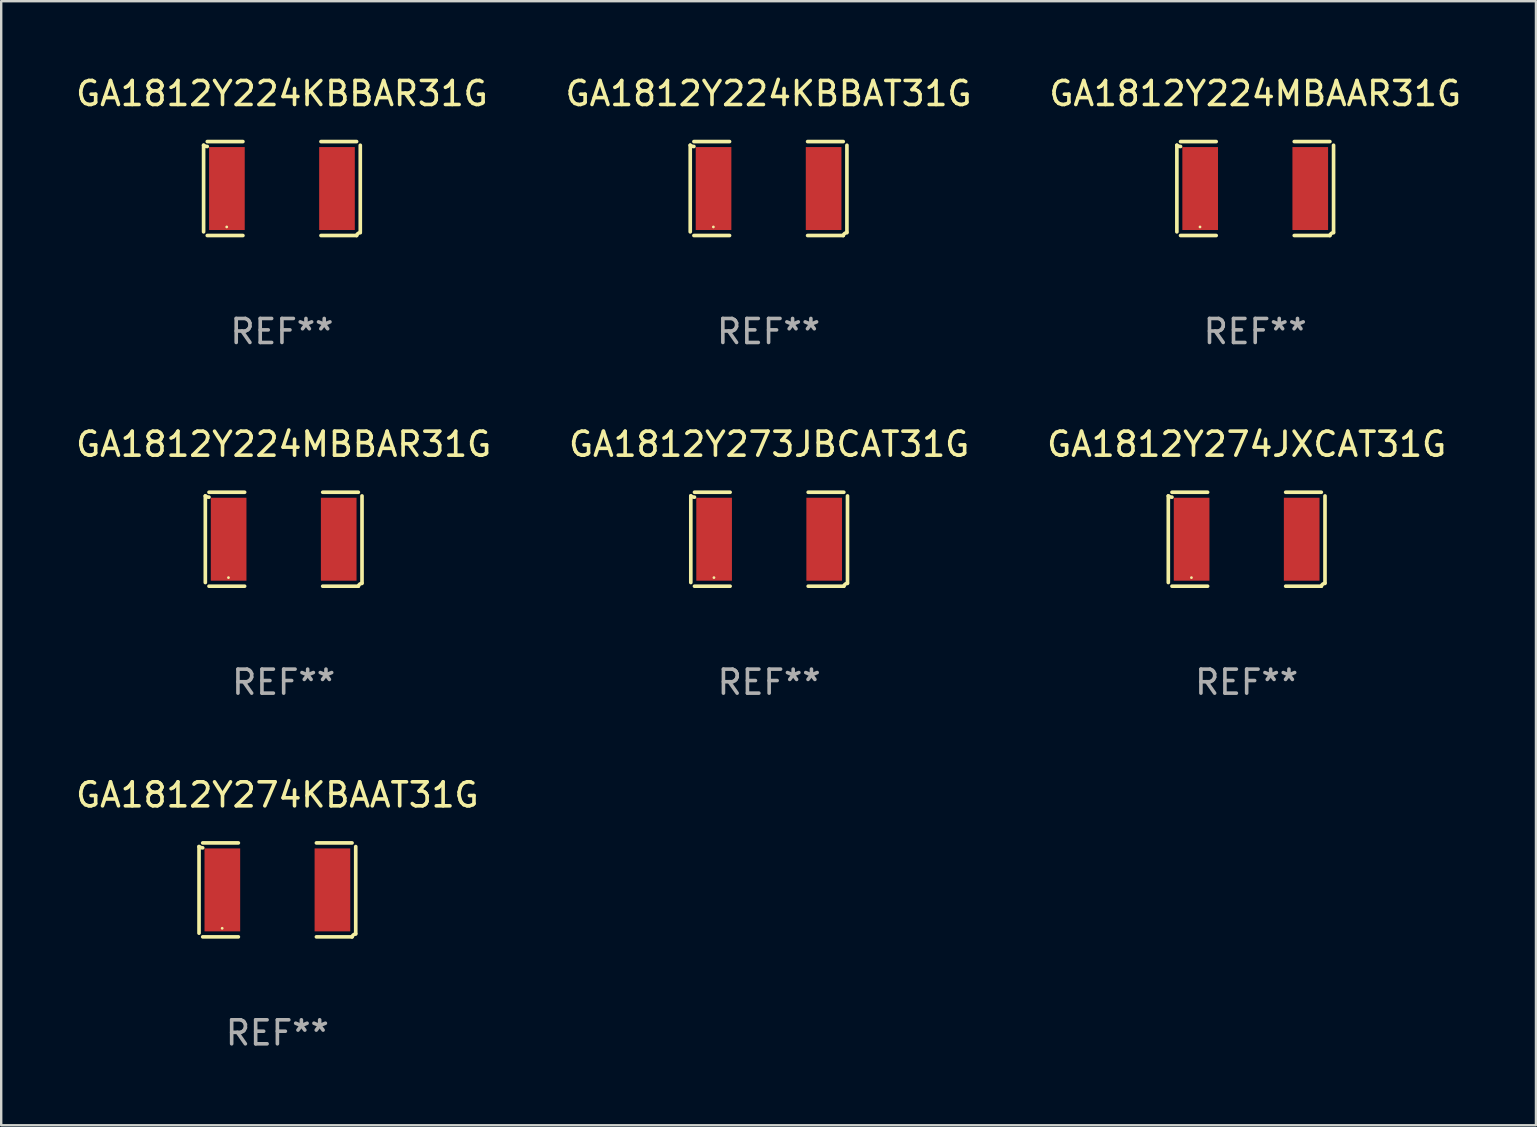
<source format=kicad_pcb>
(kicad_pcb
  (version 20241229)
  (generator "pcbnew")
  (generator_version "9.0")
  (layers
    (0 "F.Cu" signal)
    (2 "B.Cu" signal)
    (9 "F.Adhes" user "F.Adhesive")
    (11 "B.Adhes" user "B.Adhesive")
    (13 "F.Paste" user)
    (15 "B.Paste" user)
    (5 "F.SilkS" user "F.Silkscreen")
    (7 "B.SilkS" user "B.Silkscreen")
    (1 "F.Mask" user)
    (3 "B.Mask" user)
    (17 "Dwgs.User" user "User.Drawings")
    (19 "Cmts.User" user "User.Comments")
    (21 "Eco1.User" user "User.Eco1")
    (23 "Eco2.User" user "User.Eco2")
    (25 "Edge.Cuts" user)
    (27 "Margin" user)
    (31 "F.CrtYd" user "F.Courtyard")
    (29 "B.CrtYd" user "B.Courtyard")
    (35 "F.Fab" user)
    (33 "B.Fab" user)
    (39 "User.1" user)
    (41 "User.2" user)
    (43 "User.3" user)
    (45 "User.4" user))
  (footprint "GA1812Y273JBCAT31G"
    (layer "F.Cu")
    (at 28.994 19.415)
    (property "Reference" "GA1812Y273JBCAT31G" (at 0 -3.957 0) (layer "F.SilkS") (effects (font (size 1 1) (thickness 0.15))))
    (attr through_hole)
    (fp_line (start -3.264 1.804) (end -3.264 -1.804) (stroke (width 0.152) (type solid)) (layer "F.SilkS"))
    (fp_line (start -3.111 -1.957) (end -1.626 -1.957) (stroke (width 0.152) (type solid)) (layer "F.SilkS"))
    (fp_line (start -1.626 1.957) (end -3.111 1.957) (stroke (width 0.152) (type solid)) (layer "F.SilkS"))
    (fp_line (start 1.626 1.957) (end 3.111 1.957) (stroke (width 0.152) (type solid)) (layer "F.SilkS"))
    (fp_line (start 3.111 -1.957) (end 1.626 -1.957) (stroke (width 0.152) (type solid)) (layer "F.SilkS"))
    (fp_line (start 3.264 1.804) (end 3.264 -1.804) (stroke (width 0.152) (type solid)) (layer "F.SilkS"))
    (fp_arc (start -3.111202 -1.752192) (mid -3.191715 -1.76555) (end -3.263602 -1.804191) (stroke (width 0.1524) (type solid)) (layer "F.SilkS"))
    (fp_arc (start 3.111201 1.956591) (mid 3.167789 1.872777) (end 3.263602 1.840424) (stroke (width 0.1524) (type solid)) (layer "F.SilkS"))
    (fp_circle (center -2.3 1.6) (end -2.27 1.6) (stroke (width 0.06) (type solid)) (fill no) (layer "F.SilkS"))
    (fp_text user "REF**" (at 0 5.957 0) (layer "F.Fab") (effects (font (size 1 1) (thickness 0.15))))
    (pad "1" smd rect (at -2.293 0) (size 1.485 3.456) (layers "F.Cu" "F.Mask" "F.Paste"))
    (pad "2" smd rect (at 2.293 0) (size 1.485 3.456) (layers "F.Cu" "F.Mask" "F.Paste")))
  (footprint "GA1812Y274JXCAT31G"
    (layer "F.Cu")
    (at 48.887 19.415)
    (property "Reference" "GA1812Y274JXCAT31G" (at 0 -3.957 0) (layer "F.SilkS") (effects (font (size 1 1) (thickness 0.15))))
    (attr through_hole)
    (fp_line (start -3.264 1.804) (end -3.264 -1.804) (stroke (width 0.152) (type solid)) (layer "F.SilkS"))
    (fp_line (start -3.111 -1.957) (end -1.626 -1.957) (stroke (width 0.152) (type solid)) (layer "F.SilkS"))
    (fp_line (start -1.626 1.957) (end -3.111 1.957) (stroke (width 0.152) (type solid)) (layer "F.SilkS"))
    (fp_line (start 1.626 1.957) (end 3.111 1.957) (stroke (width 0.152) (type solid)) (layer "F.SilkS"))
    (fp_line (start 3.111 -1.957) (end 1.626 -1.957) (stroke (width 0.152) (type solid)) (layer "F.SilkS"))
    (fp_line (start 3.264 1.804) (end 3.264 -1.804) (stroke (width 0.152) (type solid)) (layer "F.SilkS"))
    (fp_arc (start -3.111202 -1.752192) (mid -3.191715 -1.76555) (end -3.263602 -1.804191) (stroke (width 0.1524) (type solid)) (layer "F.SilkS"))
    (fp_arc (start 3.111201 1.956591) (mid 3.167789 1.872777) (end 3.263602 1.840424) (stroke (width 0.1524) (type solid)) (layer "F.SilkS"))
    (fp_circle (center -2.3 1.6) (end -2.27 1.6) (stroke (width 0.06) (type solid)) (fill no) (layer "F.SilkS"))
    (fp_text user "REF**" (at 0 5.957 0) (layer "F.Fab") (effects (font (size 1 1) (thickness 0.15))))
    (pad "1" smd rect (at -2.293 0) (size 1.485 3.456) (layers "F.Cu" "F.Mask" "F.Paste"))
    (pad "2" smd rect (at 2.293 0) (size 1.485 3.456) (layers "F.Cu" "F.Mask" "F.Paste")))
  (footprint "GA1812Y224MBBAR31G"
    (layer "F.Cu")
    (at 8.768 19.415)
    (property "Reference" "GA1812Y224MBBAR31G" (at 0 -3.957 0) (layer "F.SilkS") (effects (font (size 1 1) (thickness 0.15))))
    (attr through_hole)
    (fp_line (start -3.264 1.804) (end -3.264 -1.804) (stroke (width 0.152) (type solid)) (layer "F.SilkS"))
    (fp_line (start -3.111 -1.957) (end -1.626 -1.957) (stroke (width 0.152) (type solid)) (layer "F.SilkS"))
    (fp_line (start -1.626 1.957) (end -3.111 1.957) (stroke (width 0.152) (type solid)) (layer "F.SilkS"))
    (fp_line (start 1.626 1.957) (end 3.111 1.957) (stroke (width 0.152) (type solid)) (layer "F.SilkS"))
    (fp_line (start 3.111 -1.957) (end 1.626 -1.957) (stroke (width 0.152) (type solid)) (layer "F.SilkS"))
    (fp_line (start 3.264 1.804) (end 3.264 -1.804) (stroke (width 0.152) (type solid)) (layer "F.SilkS"))
    (fp_arc (start -3.111202 -1.752192) (mid -3.191715 -1.76555) (end -3.263602 -1.804191) (stroke (width 0.1524) (type solid)) (layer "F.SilkS"))
    (fp_arc (start 3.111201 1.956591) (mid 3.167789 1.872777) (end 3.263602 1.840424) (stroke (width 0.1524) (type solid)) (layer "F.SilkS"))
    (fp_circle (center -2.3 1.6) (end -2.27 1.6) (stroke (width 0.06) (type solid)) (fill no) (layer "F.SilkS"))
    (fp_text user "REF**" (at 0 5.957 0) (layer "F.Fab") (effects (font (size 1 1) (thickness 0.15))))
    (pad "1" smd rect (at -2.293 0) (size 1.485 3.456) (layers "F.Cu" "F.Mask" "F.Paste"))
    (pad "2" smd rect (at 2.293 0) (size 1.485 3.456) (layers "F.Cu" "F.Mask" "F.Paste")))
  (footprint "GA1812Y224KBBAT31G"
    (layer "F.Cu")
    (at 28.97 4.805)
    (property "Reference" "GA1812Y224KBBAT31G" (at 0 -3.957 0) (layer "F.SilkS") (effects (font (size 1 1) (thickness 0.15))))
    (attr through_hole)
    (fp_line (start -3.264 1.804) (end -3.264 -1.804) (stroke (width 0.152) (type solid)) (layer "F.SilkS"))
    (fp_line (start -3.111 -1.957) (end -1.626 -1.957) (stroke (width 0.152) (type solid)) (layer "F.SilkS"))
    (fp_line (start -1.626 1.957) (end -3.111 1.957) (stroke (width 0.152) (type solid)) (layer "F.SilkS"))
    (fp_line (start 1.626 1.957) (end 3.111 1.957) (stroke (width 0.152) (type solid)) (layer "F.SilkS"))
    (fp_line (start 3.111 -1.957) (end 1.626 -1.957) (stroke (width 0.152) (type solid)) (layer "F.SilkS"))
    (fp_line (start 3.264 1.804) (end 3.264 -1.804) (stroke (width 0.152) (type solid)) (layer "F.SilkS"))
    (fp_arc (start -3.111202 -1.752192) (mid -3.191715 -1.76555) (end -3.263602 -1.804191) (stroke (width 0.1524) (type solid)) (layer "F.SilkS"))
    (fp_arc (start 3.111201 1.956591) (mid 3.167789 1.872777) (end 3.263602 1.840424) (stroke (width 0.1524) (type solid)) (layer "F.SilkS"))
    (fp_circle (center -2.3 1.6) (end -2.27 1.6) (stroke (width 0.06) (type solid)) (fill no) (layer "F.SilkS"))
    (fp_text user "REF**" (at 0 5.957 0) (layer "F.Fab") (effects (font (size 1 1) (thickness 0.15))))
    (pad "1" smd rect (at -2.293 0) (size 1.485 3.456) (layers "F.Cu" "F.Mask" "F.Paste"))
    (pad "2" smd rect (at 2.293 0) (size 1.485 3.456) (layers "F.Cu" "F.Mask" "F.Paste")))
  (footprint "GA1812Y224MBAAR31G"
    (layer "F.Cu")
    (at 49.244 4.805)
    (property "Reference" "GA1812Y224MBAAR31G" (at 0 -3.957 0) (layer "F.SilkS") (effects (font (size 1 1) (thickness 0.15))))
    (attr through_hole)
    (fp_line (start -3.264 1.804) (end -3.264 -1.804) (stroke (width 0.152) (type solid)) (layer "F.SilkS"))
    (fp_line (start -3.111 -1.957) (end -1.626 -1.957) (stroke (width 0.152) (type solid)) (layer "F.SilkS"))
    (fp_line (start -1.626 1.957) (end -3.111 1.957) (stroke (width 0.152) (type solid)) (layer "F.SilkS"))
    (fp_line (start 1.626 1.957) (end 3.111 1.957) (stroke (width 0.152) (type solid)) (layer "F.SilkS"))
    (fp_line (start 3.111 -1.957) (end 1.626 -1.957) (stroke (width 0.152) (type solid)) (layer "F.SilkS"))
    (fp_line (start 3.264 1.804) (end 3.264 -1.804) (stroke (width 0.152) (type solid)) (layer "F.SilkS"))
    (fp_arc (start -3.111202 -1.752192) (mid -3.191715 -1.76555) (end -3.263602 -1.804191) (stroke (width 0.1524) (type solid)) (layer "F.SilkS"))
    (fp_arc (start 3.111201 1.956591) (mid 3.167789 1.872777) (end 3.263602 1.840424) (stroke (width 0.1524) (type solid)) (layer "F.SilkS"))
    (fp_circle (center -2.3 1.6) (end -2.27 1.6) (stroke (width 0.06) (type solid)) (fill no) (layer "F.SilkS"))
    (fp_text user "REF**" (at 0 5.957 0) (layer "F.Fab") (effects (font (size 1 1) (thickness 0.15))))
    (pad "1" smd rect (at -2.293 0) (size 1.485 3.456) (layers "F.Cu" "F.Mask" "F.Paste"))
    (pad "2" smd rect (at 2.293 0) (size 1.485 3.456) (layers "F.Cu" "F.Mask" "F.Paste")))
  (footprint "GA1812Y274KBAAT31G"
    (layer "F.Cu")
    (at 8.506 34.024)
    (property "Reference" "GA1812Y274KBAAT31G" (at 0 -3.957 0) (layer "F.SilkS") (effects (font (size 1 1) (thickness 0.15))))
    (attr through_hole)
    (fp_line (start -3.264 1.804) (end -3.264 -1.804) (stroke (width 0.152) (type solid)) (layer "F.SilkS"))
    (fp_line (start -3.111 -1.957) (end -1.626 -1.957) (stroke (width 0.152) (type solid)) (layer "F.SilkS"))
    (fp_line (start -1.626 1.957) (end -3.111 1.957) (stroke (width 0.152) (type solid)) (layer "F.SilkS"))
    (fp_line (start 1.626 1.957) (end 3.111 1.957) (stroke (width 0.152) (type solid)) (layer "F.SilkS"))
    (fp_line (start 3.111 -1.957) (end 1.626 -1.957) (stroke (width 0.152) (type solid)) (layer "F.SilkS"))
    (fp_line (start 3.264 1.804) (end 3.264 -1.804) (stroke (width 0.152) (type solid)) (layer "F.SilkS"))
    (fp_arc (start -3.111202 -1.752192) (mid -3.191715 -1.76555) (end -3.263602 -1.804191) (stroke (width 0.1524) (type solid)) (layer "F.SilkS"))
    (fp_arc (start 3.111201 1.956591) (mid 3.167789 1.872777) (end 3.263602 1.840424) (stroke (width 0.1524) (type solid)) (layer "F.SilkS"))
    (fp_circle (center -2.3 1.6) (end -2.27 1.6) (stroke (width 0.06) (type solid)) (fill no) (layer "F.SilkS"))
    (fp_text user "REF**" (at 0 5.957 0) (layer "F.Fab") (effects (font (size 1 1) (thickness 0.15))))
    (pad "1" smd rect (at -2.293 0) (size 1.485 3.456) (layers "F.Cu" "F.Mask" "F.Paste"))
    (pad "2" smd rect (at 2.293 0) (size 1.485 3.456) (layers "F.Cu" "F.Mask" "F.Paste")))
  (footprint "GA1812Y224KBBAR31G"
    (layer "F.Cu")
    (at 8.696 4.805)
    (property "Reference" "GA1812Y224KBBAR31G" (at 0 -3.957 0) (layer "F.SilkS") (effects (font (size 1 1) (thickness 0.15))))
    (attr through_hole)
    (fp_line (start -3.264 1.804) (end -3.264 -1.804) (stroke (width 0.152) (type solid)) (layer "F.SilkS"))
    (fp_line (start -3.111 -1.957) (end -1.626 -1.957) (stroke (width 0.152) (type solid)) (layer "F.SilkS"))
    (fp_line (start -1.626 1.957) (end -3.111 1.957) (stroke (width 0.152) (type solid)) (layer "F.SilkS"))
    (fp_line (start 1.626 1.957) (end 3.111 1.957) (stroke (width 0.152) (type solid)) (layer "F.SilkS"))
    (fp_line (start 3.111 -1.957) (end 1.626 -1.957) (stroke (width 0.152) (type solid)) (layer "F.SilkS"))
    (fp_line (start 3.264 1.804) (end 3.264 -1.804) (stroke (width 0.152) (type solid)) (layer "F.SilkS"))
    (fp_arc (start -3.111202 -1.752192) (mid -3.191715 -1.76555) (end -3.263602 -1.804191) (stroke (width 0.1524) (type solid)) (layer "F.SilkS"))
    (fp_arc (start 3.111201 1.956591) (mid 3.167789 1.872777) (end 3.263602 1.840424) (stroke (width 0.1524) (type solid)) (layer "F.SilkS"))
    (fp_circle (center -2.3 1.6) (end -2.27 1.6) (stroke (width 0.06) (type solid)) (fill no) (layer "F.SilkS"))
    (fp_text user "REF**" (at 0 5.957 0) (layer "F.Fab") (effects (font (size 1 1) (thickness 0.15))))
    (pad "1" smd rect (at -2.293 0) (size 1.485 3.456) (layers "F.Cu" "F.Mask" "F.Paste"))
    (pad "2" smd rect (at 2.293 0) (size 1.485 3.456) (layers "F.Cu" "F.Mask" "F.Paste")))
  (gr_rect
    (start -3 -3)
    (end 60.94 43.829)
    (stroke (width 0.1) (type default))
    (fill no)
    (layer "Edge.Cuts")))
</source>
